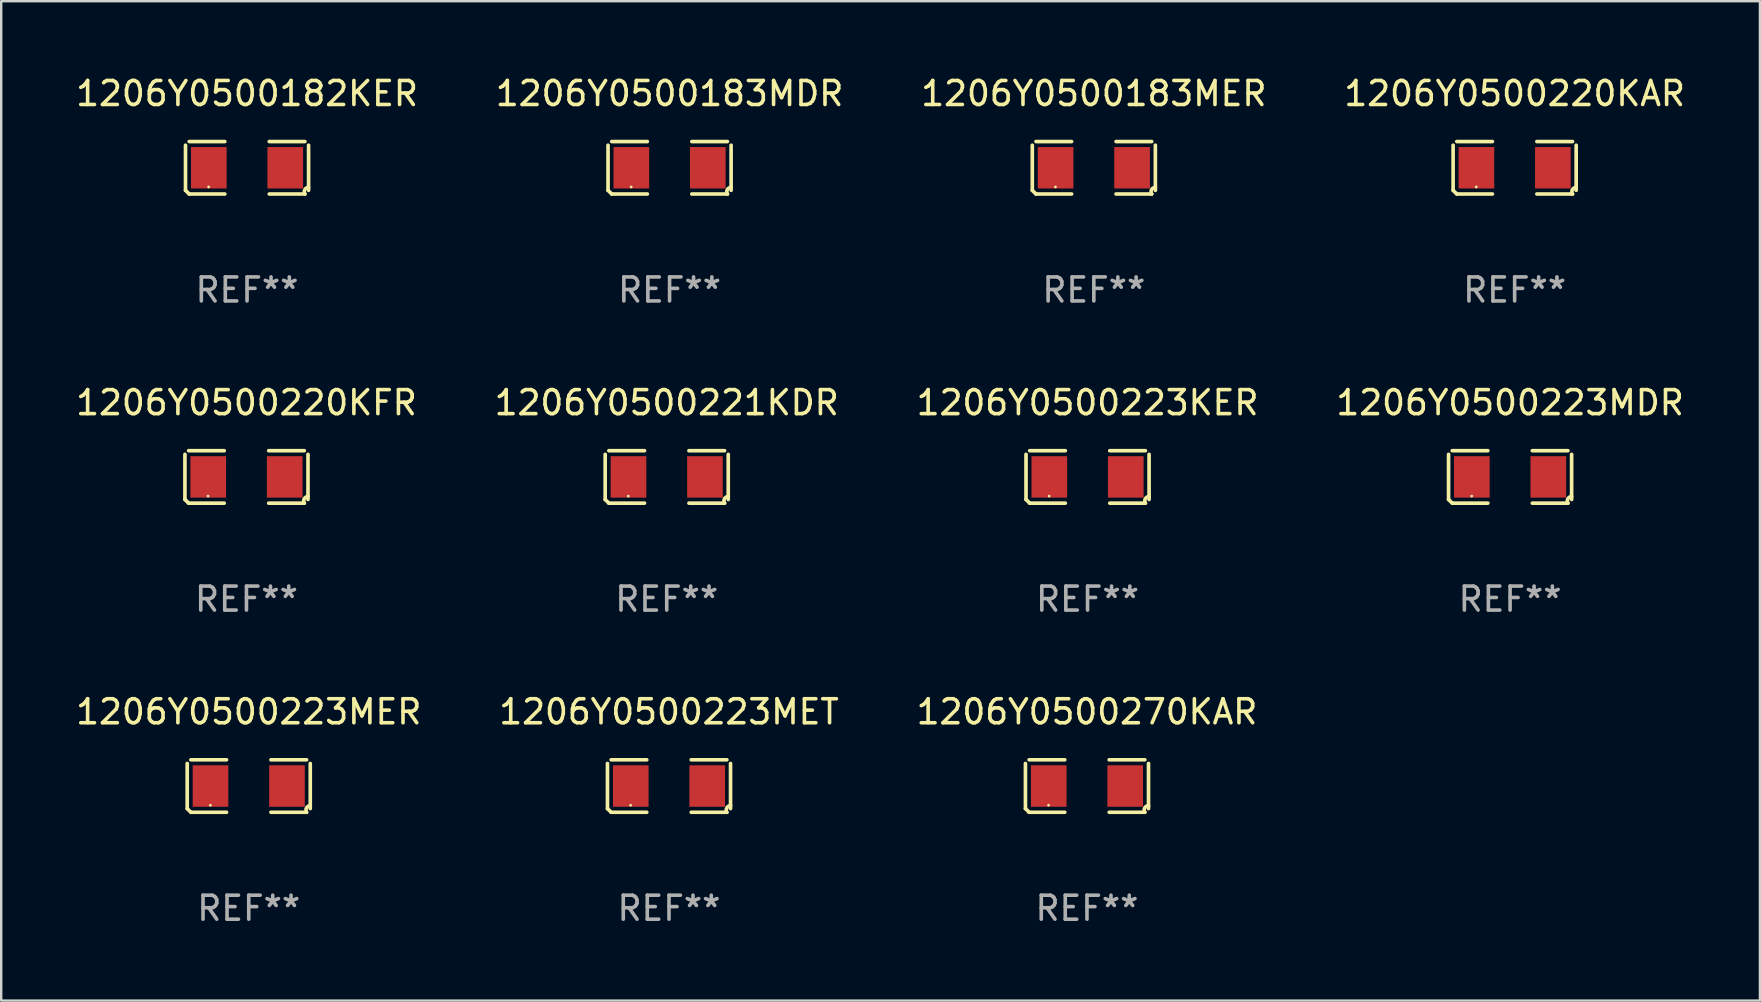
<source format=kicad_pcb>
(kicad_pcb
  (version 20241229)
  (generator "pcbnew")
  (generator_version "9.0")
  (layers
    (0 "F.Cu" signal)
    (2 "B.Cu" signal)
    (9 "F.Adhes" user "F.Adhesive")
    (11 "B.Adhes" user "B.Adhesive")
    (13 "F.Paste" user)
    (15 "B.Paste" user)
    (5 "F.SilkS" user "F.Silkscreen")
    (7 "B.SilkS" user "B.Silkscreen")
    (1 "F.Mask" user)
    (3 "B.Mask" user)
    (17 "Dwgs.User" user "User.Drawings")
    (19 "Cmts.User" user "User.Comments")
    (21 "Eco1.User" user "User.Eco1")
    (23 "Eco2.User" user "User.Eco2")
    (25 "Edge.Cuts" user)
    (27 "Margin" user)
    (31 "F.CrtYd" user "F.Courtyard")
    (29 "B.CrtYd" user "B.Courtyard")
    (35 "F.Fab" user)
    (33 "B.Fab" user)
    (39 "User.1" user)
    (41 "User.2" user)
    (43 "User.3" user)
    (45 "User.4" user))
  (footprint "1206Y0500183MDR"
    (layer "F.Cu")
    (at 24.851 3.941)
    (property "Reference" "1206Y0500183MDR" (at 0 -3.093 0) (layer "F.SilkS") (effects (font (size 1 1) (thickness 0.15))))
    (attr through_hole)
    (fp_line (start -2.564 0.94) (end -2.564 -0.94) (stroke (width 0.152) (type solid)) (layer "F.SilkS"))
    (fp_line (start -2.411 -1.093) (end -0.926 -1.093) (stroke (width 0.152) (type solid)) (layer "F.SilkS"))
    (fp_line (start -0.926 1.093) (end -2.411 1.093) (stroke (width 0.152) (type solid)) (layer "F.SilkS"))
    (fp_line (start 0.926 1.093) (end 2.411 1.093) (stroke (width 0.152) (type solid)) (layer "F.SilkS"))
    (fp_line (start 2.411 -1.093) (end 0.926 -1.093) (stroke (width 0.152) (type solid)) (layer "F.SilkS"))
    (fp_line (start 2.564 0.94) (end 2.564 -0.94) (stroke (width 0.152) (type solid)) (layer "F.SilkS"))
    (fp_arc (start -2.411201 1.092609) (mid -2.487413 1.01642) (end -2.563602 0.940208) (stroke (width 0.1524) (type solid)) (layer "F.SilkS"))
    (fp_arc (start 2.411201 1.092609) (mid 2.407159 0.911226) (end 2.563602 0.819347) (stroke (width 0.1524) (type solid)) (layer "F.SilkS"))
    (fp_circle (center -1.6 0.8) (end -1.57 0.8) (stroke (width 0.06) (type solid)) (fill no) (layer "F.SilkS"))
    (fp_text user "REF**" (at 0 5.093 0) (layer "F.Fab") (effects (font (size 1 1) (thickness 0.15))))
    (pad "1" smd rect (at -1.593 0) (size 1.485 1.728) (layers "F.Cu" "F.Mask" "F.Paste"))
    (pad "2" smd rect (at 1.593 0) (size 1.485 1.728) (layers "F.Cu" "F.Mask" "F.Paste")))
  (footprint "1206Y0500220KFR"
    (layer "F.Cu")
    (at 7.22 16.823)
    (property "Reference" "1206Y0500220KFR" (at 0 -3.093 0) (layer "F.SilkS") (effects (font (size 1 1) (thickness 0.15))))
    (attr through_hole)
    (fp_line (start -2.564 0.94) (end -2.564 -0.94) (stroke (width 0.152) (type solid)) (layer "F.SilkS"))
    (fp_line (start -2.411 -1.093) (end -0.926 -1.093) (stroke (width 0.152) (type solid)) (layer "F.SilkS"))
    (fp_line (start -0.926 1.093) (end -2.411 1.093) (stroke (width 0.152) (type solid)) (layer "F.SilkS"))
    (fp_line (start 0.926 1.093) (end 2.411 1.093) (stroke (width 0.152) (type solid)) (layer "F.SilkS"))
    (fp_line (start 2.411 -1.093) (end 0.926 -1.093) (stroke (width 0.152) (type solid)) (layer "F.SilkS"))
    (fp_line (start 2.564 0.94) (end 2.564 -0.94) (stroke (width 0.152) (type solid)) (layer "F.SilkS"))
    (fp_arc (start -2.411201 1.092609) (mid -2.487413 1.01642) (end -2.563602 0.940208) (stroke (width 0.1524) (type solid)) (layer "F.SilkS"))
    (fp_arc (start 2.411201 1.092609) (mid 2.407159 0.911226) (end 2.563602 0.819347) (stroke (width 0.1524) (type solid)) (layer "F.SilkS"))
    (fp_circle (center -1.6 0.8) (end -1.57 0.8) (stroke (width 0.06) (type solid)) (fill no) (layer "F.SilkS"))
    (fp_text user "REF**" (at 0 5.093 0) (layer "F.Fab") (effects (font (size 1 1) (thickness 0.15))))
    (pad "1" smd rect (at -1.593 0) (size 1.485 1.728) (layers "F.Cu" "F.Mask" "F.Paste"))
    (pad "2" smd rect (at 1.593 0) (size 1.485 1.728) (layers "F.Cu" "F.Mask" "F.Paste")))
  (footprint "1206Y0500182KER"
    (layer "F.Cu")
    (at 7.244 3.941)
    (property "Reference" "1206Y0500182KER" (at 0 -3.093 0) (layer "F.SilkS") (effects (font (size 1 1) (thickness 0.15))))
    (attr through_hole)
    (fp_line (start -2.564 0.94) (end -2.564 -0.94) (stroke (width 0.152) (type solid)) (layer "F.SilkS"))
    (fp_line (start -2.411 -1.093) (end -0.926 -1.093) (stroke (width 0.152) (type solid)) (layer "F.SilkS"))
    (fp_line (start -0.926 1.093) (end -2.411 1.093) (stroke (width 0.152) (type solid)) (layer "F.SilkS"))
    (fp_line (start 0.926 1.093) (end 2.411 1.093) (stroke (width 0.152) (type solid)) (layer "F.SilkS"))
    (fp_line (start 2.411 -1.093) (end 0.926 -1.093) (stroke (width 0.152) (type solid)) (layer "F.SilkS"))
    (fp_line (start 2.564 0.94) (end 2.564 -0.94) (stroke (width 0.152) (type solid)) (layer "F.SilkS"))
    (fp_arc (start -2.411201 1.092609) (mid -2.487413 1.01642) (end -2.563602 0.940208) (stroke (width 0.1524) (type solid)) (layer "F.SilkS"))
    (fp_arc (start 2.411201 1.092609) (mid 2.407159 0.911226) (end 2.563602 0.819347) (stroke (width 0.1524) (type solid)) (layer "F.SilkS"))
    (fp_circle (center -1.6 0.8) (end -1.57 0.8) (stroke (width 0.06) (type solid)) (fill no) (layer "F.SilkS"))
    (fp_text user "REF**" (at 0 5.093 0) (layer "F.Fab") (effects (font (size 1 1) (thickness 0.15))))
    (pad "1" smd rect (at -1.593 0) (size 1.485 1.728) (layers "F.Cu" "F.Mask" "F.Paste"))
    (pad "2" smd rect (at 1.593 0) (size 1.485 1.728) (layers "F.Cu" "F.Mask" "F.Paste")))
  (footprint "1206Y0500223MER"
    (layer "F.Cu")
    (at 7.315 29.704)
    (property "Reference" "1206Y0500223MER" (at 0 -3.093 0) (layer "F.SilkS") (effects (font (size 1 1) (thickness 0.15))))
    (attr through_hole)
    (fp_line (start -2.564 0.94) (end -2.564 -0.94) (stroke (width 0.152) (type solid)) (layer "F.SilkS"))
    (fp_line (start -2.411 -1.093) (end -0.926 -1.093) (stroke (width 0.152) (type solid)) (layer "F.SilkS"))
    (fp_line (start -0.926 1.093) (end -2.411 1.093) (stroke (width 0.152) (type solid)) (layer "F.SilkS"))
    (fp_line (start 0.926 1.093) (end 2.411 1.093) (stroke (width 0.152) (type solid)) (layer "F.SilkS"))
    (fp_line (start 2.411 -1.093) (end 0.926 -1.093) (stroke (width 0.152) (type solid)) (layer "F.SilkS"))
    (fp_line (start 2.564 0.94) (end 2.564 -0.94) (stroke (width 0.152) (type solid)) (layer "F.SilkS"))
    (fp_arc (start -2.411201 1.092609) (mid -2.487413 1.01642) (end -2.563602 0.940208) (stroke (width 0.1524) (type solid)) (layer "F.SilkS"))
    (fp_arc (start 2.411201 1.092609) (mid 2.407159 0.911226) (end 2.563602 0.819347) (stroke (width 0.1524) (type solid)) (layer "F.SilkS"))
    (fp_circle (center -1.6 0.8) (end -1.57 0.8) (stroke (width 0.06) (type solid)) (fill no) (layer "F.SilkS"))
    (fp_text user "REF**" (at 0 5.093 0) (layer "F.Fab") (effects (font (size 1 1) (thickness 0.15))))
    (pad "1" smd rect (at -1.593 0) (size 1.485 1.728) (layers "F.Cu" "F.Mask" "F.Paste"))
    (pad "2" smd rect (at 1.593 0) (size 1.485 1.728) (layers "F.Cu" "F.Mask" "F.Paste")))
  (footprint "1206Y0500270KAR"
    (layer "F.Cu")
    (at 42.244 29.704)
    (property "Reference" "1206Y0500270KAR" (at 0 -3.093 0) (layer "F.SilkS") (effects (font (size 1 1) (thickness 0.15))))
    (attr through_hole)
    (fp_line (start -2.564 0.94) (end -2.564 -0.94) (stroke (width 0.152) (type solid)) (layer "F.SilkS"))
    (fp_line (start -2.411 -1.093) (end -0.926 -1.093) (stroke (width 0.152) (type solid)) (layer "F.SilkS"))
    (fp_line (start -0.926 1.093) (end -2.411 1.093) (stroke (width 0.152) (type solid)) (layer "F.SilkS"))
    (fp_line (start 0.926 1.093) (end 2.411 1.093) (stroke (width 0.152) (type solid)) (layer "F.SilkS"))
    (fp_line (start 2.411 -1.093) (end 0.926 -1.093) (stroke (width 0.152) (type solid)) (layer "F.SilkS"))
    (fp_line (start 2.564 0.94) (end 2.564 -0.94) (stroke (width 0.152) (type solid)) (layer "F.SilkS"))
    (fp_arc (start -2.411201 1.092609) (mid -2.487413 1.01642) (end -2.563602 0.940208) (stroke (width 0.1524) (type solid)) (layer "F.SilkS"))
    (fp_arc (start 2.411201 1.092609) (mid 2.407159 0.911226) (end 2.563602 0.819347) (stroke (width 0.1524) (type solid)) (layer "F.SilkS"))
    (fp_circle (center -1.6 0.8) (end -1.57 0.8) (stroke (width 0.06) (type solid)) (fill no) (layer "F.SilkS"))
    (fp_text user "REF**" (at 0 5.093 0) (layer "F.Fab") (effects (font (size 1 1) (thickness 0.15))))
    (pad "1" smd rect (at -1.593 0) (size 1.485 1.728) (layers "F.Cu" "F.Mask" "F.Paste"))
    (pad "2" smd rect (at 1.593 0) (size 1.485 1.728) (layers "F.Cu" "F.Mask" "F.Paste")))
  (footprint "1206Y0500183MER"
    (layer "F.Cu")
    (at 42.53 3.941)
    (property "Reference" "1206Y0500183MER" (at 0 -3.093 0) (layer "F.SilkS") (effects (font (size 1 1) (thickness 0.15))))
    (attr through_hole)
    (fp_line (start -2.564 0.94) (end -2.564 -0.94) (stroke (width 0.152) (type solid)) (layer "F.SilkS"))
    (fp_line (start -2.411 -1.093) (end -0.926 -1.093) (stroke (width 0.152) (type solid)) (layer "F.SilkS"))
    (fp_line (start -0.926 1.093) (end -2.411 1.093) (stroke (width 0.152) (type solid)) (layer "F.SilkS"))
    (fp_line (start 0.926 1.093) (end 2.411 1.093) (stroke (width 0.152) (type solid)) (layer "F.SilkS"))
    (fp_line (start 2.411 -1.093) (end 0.926 -1.093) (stroke (width 0.152) (type solid)) (layer "F.SilkS"))
    (fp_line (start 2.564 0.94) (end 2.564 -0.94) (stroke (width 0.152) (type solid)) (layer "F.SilkS"))
    (fp_arc (start -2.411201 1.092609) (mid -2.487413 1.01642) (end -2.563602 0.940208) (stroke (width 0.1524) (type solid)) (layer "F.SilkS"))
    (fp_arc (start 2.411201 1.092609) (mid 2.407159 0.911226) (end 2.563602 0.819347) (stroke (width 0.1524) (type solid)) (layer "F.SilkS"))
    (fp_circle (center -1.6 0.8) (end -1.57 0.8) (stroke (width 0.06) (type solid)) (fill no) (layer "F.SilkS"))
    (fp_text user "REF**" (at 0 5.093 0) (layer "F.Fab") (effects (font (size 1 1) (thickness 0.15))))
    (pad "1" smd rect (at -1.593 0) (size 1.485 1.728) (layers "F.Cu" "F.Mask" "F.Paste"))
    (pad "2" smd rect (at 1.593 0) (size 1.485 1.728) (layers "F.Cu" "F.Mask" "F.Paste")))
  (footprint "1206Y0500223KER"
    (layer "F.Cu")
    (at 42.268 16.823)
    (property "Reference" "1206Y0500223KER" (at 0 -3.093 0) (layer "F.SilkS") (effects (font (size 1 1) (thickness 0.15))))
    (attr through_hole)
    (fp_line (start -2.564 0.94) (end -2.564 -0.94) (stroke (width 0.152) (type solid)) (layer "F.SilkS"))
    (fp_line (start -2.411 -1.093) (end -0.926 -1.093) (stroke (width 0.152) (type solid)) (layer "F.SilkS"))
    (fp_line (start -0.926 1.093) (end -2.411 1.093) (stroke (width 0.152) (type solid)) (layer "F.SilkS"))
    (fp_line (start 0.926 1.093) (end 2.411 1.093) (stroke (width 0.152) (type solid)) (layer "F.SilkS"))
    (fp_line (start 2.411 -1.093) (end 0.926 -1.093) (stroke (width 0.152) (type solid)) (layer "F.SilkS"))
    (fp_line (start 2.564 0.94) (end 2.564 -0.94) (stroke (width 0.152) (type solid)) (layer "F.SilkS"))
    (fp_arc (start -2.411201 1.092609) (mid -2.487413 1.01642) (end -2.563602 0.940208) (stroke (width 0.1524) (type solid)) (layer "F.SilkS"))
    (fp_arc (start 2.411201 1.092609) (mid 2.407159 0.911226) (end 2.563602 0.819347) (stroke (width 0.1524) (type solid)) (layer "F.SilkS"))
    (fp_circle (center -1.6 0.8) (end -1.57 0.8) (stroke (width 0.06) (type solid)) (fill no) (layer "F.SilkS"))
    (fp_text user "REF**" (at 0 5.093 0) (layer "F.Fab") (effects (font (size 1 1) (thickness 0.15))))
    (pad "1" smd rect (at -1.593 0) (size 1.485 1.728) (layers "F.Cu" "F.Mask" "F.Paste"))
    (pad "2" smd rect (at 1.593 0) (size 1.485 1.728) (layers "F.Cu" "F.Mask" "F.Paste")))
  (footprint "1206Y0500221KDR"
    (layer "F.Cu")
    (at 24.732 16.823)
    (property "Reference" "1206Y0500221KDR" (at 0 -3.093 0) (layer "F.SilkS") (effects (font (size 1 1) (thickness 0.15))))
    (attr through_hole)
    (fp_line (start -2.564 0.94) (end -2.564 -0.94) (stroke (width 0.152) (type solid)) (layer "F.SilkS"))
    (fp_line (start -2.411 -1.093) (end -0.926 -1.093) (stroke (width 0.152) (type solid)) (layer "F.SilkS"))
    (fp_line (start -0.926 1.093) (end -2.411 1.093) (stroke (width 0.152) (type solid)) (layer "F.SilkS"))
    (fp_line (start 0.926 1.093) (end 2.411 1.093) (stroke (width 0.152) (type solid)) (layer "F.SilkS"))
    (fp_line (start 2.411 -1.093) (end 0.926 -1.093) (stroke (width 0.152) (type solid)) (layer "F.SilkS"))
    (fp_line (start 2.564 0.94) (end 2.564 -0.94) (stroke (width 0.152) (type solid)) (layer "F.SilkS"))
    (fp_arc (start -2.411201 1.092609) (mid -2.487413 1.01642) (end -2.563602 0.940208) (stroke (width 0.1524) (type solid)) (layer "F.SilkS"))
    (fp_arc (start 2.411201 1.092609) (mid 2.407159 0.911226) (end 2.563602 0.819347) (stroke (width 0.1524) (type solid)) (layer "F.SilkS"))
    (fp_circle (center -1.6 0.8) (end -1.57 0.8) (stroke (width 0.06) (type solid)) (fill no) (layer "F.SilkS"))
    (fp_text user "REF**" (at 0 5.093 0) (layer "F.Fab") (effects (font (size 1 1) (thickness 0.15))))
    (pad "1" smd rect (at -1.593 0) (size 1.485 1.728) (layers "F.Cu" "F.Mask" "F.Paste"))
    (pad "2" smd rect (at 1.593 0) (size 1.485 1.728) (layers "F.Cu" "F.Mask" "F.Paste")))
  (footprint "1206Y0500223MET"
    (layer "F.Cu")
    (at 24.827 29.704)
    (property "Reference" "1206Y0500223MET" (at 0 -3.093 0) (layer "F.SilkS") (effects (font (size 1 1) (thickness 0.15))))
    (attr through_hole)
    (fp_line (start -2.564 0.94) (end -2.564 -0.94) (stroke (width 0.152) (type solid)) (layer "F.SilkS"))
    (fp_line (start -2.411 -1.093) (end -0.926 -1.093) (stroke (width 0.152) (type solid)) (layer "F.SilkS"))
    (fp_line (start -0.926 1.093) (end -2.411 1.093) (stroke (width 0.152) (type solid)) (layer "F.SilkS"))
    (fp_line (start 0.926 1.093) (end 2.411 1.093) (stroke (width 0.152) (type solid)) (layer "F.SilkS"))
    (fp_line (start 2.411 -1.093) (end 0.926 -1.093) (stroke (width 0.152) (type solid)) (layer "F.SilkS"))
    (fp_line (start 2.564 0.94) (end 2.564 -0.94) (stroke (width 0.152) (type solid)) (layer "F.SilkS"))
    (fp_arc (start -2.411201 1.092609) (mid -2.487413 1.01642) (end -2.563602 0.940208) (stroke (width 0.1524) (type solid)) (layer "F.SilkS"))
    (fp_arc (start 2.411201 1.092609) (mid 2.407159 0.911226) (end 2.563602 0.819347) (stroke (width 0.1524) (type solid)) (layer "F.SilkS"))
    (fp_circle (center -1.6 0.8) (end -1.57 0.8) (stroke (width 0.06) (type solid)) (fill no) (layer "F.SilkS"))
    (fp_text user "REF**" (at 0 5.093 0) (layer "F.Fab") (effects (font (size 1 1) (thickness 0.15))))
    (pad "1" smd rect (at -1.593 0) (size 1.485 1.728) (layers "F.Cu" "F.Mask" "F.Paste"))
    (pad "2" smd rect (at 1.593 0) (size 1.485 1.728) (layers "F.Cu" "F.Mask" "F.Paste")))
  (footprint "1206Y0500223MDR"
    (layer "F.Cu")
    (at 59.875 16.823)
    (property "Reference" "1206Y0500223MDR" (at 0 -3.093 0) (layer "F.SilkS") (effects (font (size 1 1) (thickness 0.15))))
    (attr through_hole)
    (fp_line (start -2.564 0.94) (end -2.564 -0.94) (stroke (width 0.152) (type solid)) (layer "F.SilkS"))
    (fp_line (start -2.411 -1.093) (end -0.926 -1.093) (stroke (width 0.152) (type solid)) (layer "F.SilkS"))
    (fp_line (start -0.926 1.093) (end -2.411 1.093) (stroke (width 0.152) (type solid)) (layer "F.SilkS"))
    (fp_line (start 0.926 1.093) (end 2.411 1.093) (stroke (width 0.152) (type solid)) (layer "F.SilkS"))
    (fp_line (start 2.411 -1.093) (end 0.926 -1.093) (stroke (width 0.152) (type solid)) (layer "F.SilkS"))
    (fp_line (start 2.564 0.94) (end 2.564 -0.94) (stroke (width 0.152) (type solid)) (layer "F.SilkS"))
    (fp_arc (start -2.411201 1.092609) (mid -2.487413 1.01642) (end -2.563602 0.940208) (stroke (width 0.1524) (type solid)) (layer "F.SilkS"))
    (fp_arc (start 2.411201 1.092609) (mid 2.407159 0.911226) (end 2.563602 0.819347) (stroke (width 0.1524) (type solid)) (layer "F.SilkS"))
    (fp_circle (center -1.6 0.8) (end -1.57 0.8) (stroke (width 0.06) (type solid)) (fill no) (layer "F.SilkS"))
    (fp_text user "REF**" (at 0 5.093 0) (layer "F.Fab") (effects (font (size 1 1) (thickness 0.15))))
    (pad "1" smd rect (at -1.593 0) (size 1.485 1.728) (layers "F.Cu" "F.Mask" "F.Paste"))
    (pad "2" smd rect (at 1.593 0) (size 1.485 1.728) (layers "F.Cu" "F.Mask" "F.Paste")))
  (footprint "1206Y0500220KAR"
    (layer "F.Cu")
    (at 60.065 3.941)
    (property "Reference" "1206Y0500220KAR" (at 0 -3.093 0) (layer "F.SilkS") (effects (font (size 1 1) (thickness 0.15))))
    (attr through_hole)
    (fp_line (start -2.564 0.94) (end -2.564 -0.94) (stroke (width 0.152) (type solid)) (layer "F.SilkS"))
    (fp_line (start -2.411 -1.093) (end -0.926 -1.093) (stroke (width 0.152) (type solid)) (layer "F.SilkS"))
    (fp_line (start -0.926 1.093) (end -2.411 1.093) (stroke (width 0.152) (type solid)) (layer "F.SilkS"))
    (fp_line (start 0.926 1.093) (end 2.411 1.093) (stroke (width 0.152) (type solid)) (layer "F.SilkS"))
    (fp_line (start 2.411 -1.093) (end 0.926 -1.093) (stroke (width 0.152) (type solid)) (layer "F.SilkS"))
    (fp_line (start 2.564 0.94) (end 2.564 -0.94) (stroke (width 0.152) (type solid)) (layer "F.SilkS"))
    (fp_arc (start -2.411201 1.092609) (mid -2.487413 1.01642) (end -2.563602 0.940208) (stroke (width 0.1524) (type solid)) (layer "F.SilkS"))
    (fp_arc (start 2.411201 1.092609) (mid 2.407159 0.911226) (end 2.563602 0.819347) (stroke (width 0.1524) (type solid)) (layer "F.SilkS"))
    (fp_circle (center -1.6 0.8) (end -1.57 0.8) (stroke (width 0.06) (type solid)) (fill no) (layer "F.SilkS"))
    (fp_text user "REF**" (at 0 5.093 0) (layer "F.Fab") (effects (font (size 1 1) (thickness 0.15))))
    (pad "1" smd rect (at -1.593 0) (size 1.485 1.728) (layers "F.Cu" "F.Mask" "F.Paste"))
    (pad "2" smd rect (at 1.593 0) (size 1.485 1.728) (layers "F.Cu" "F.Mask" "F.Paste")))
  (gr_rect
    (start -3 -3)
    (end 70.286 38.645)
    (stroke (width 0.1) (type default))
    (fill no)
    (layer "Edge.Cuts")))
</source>
